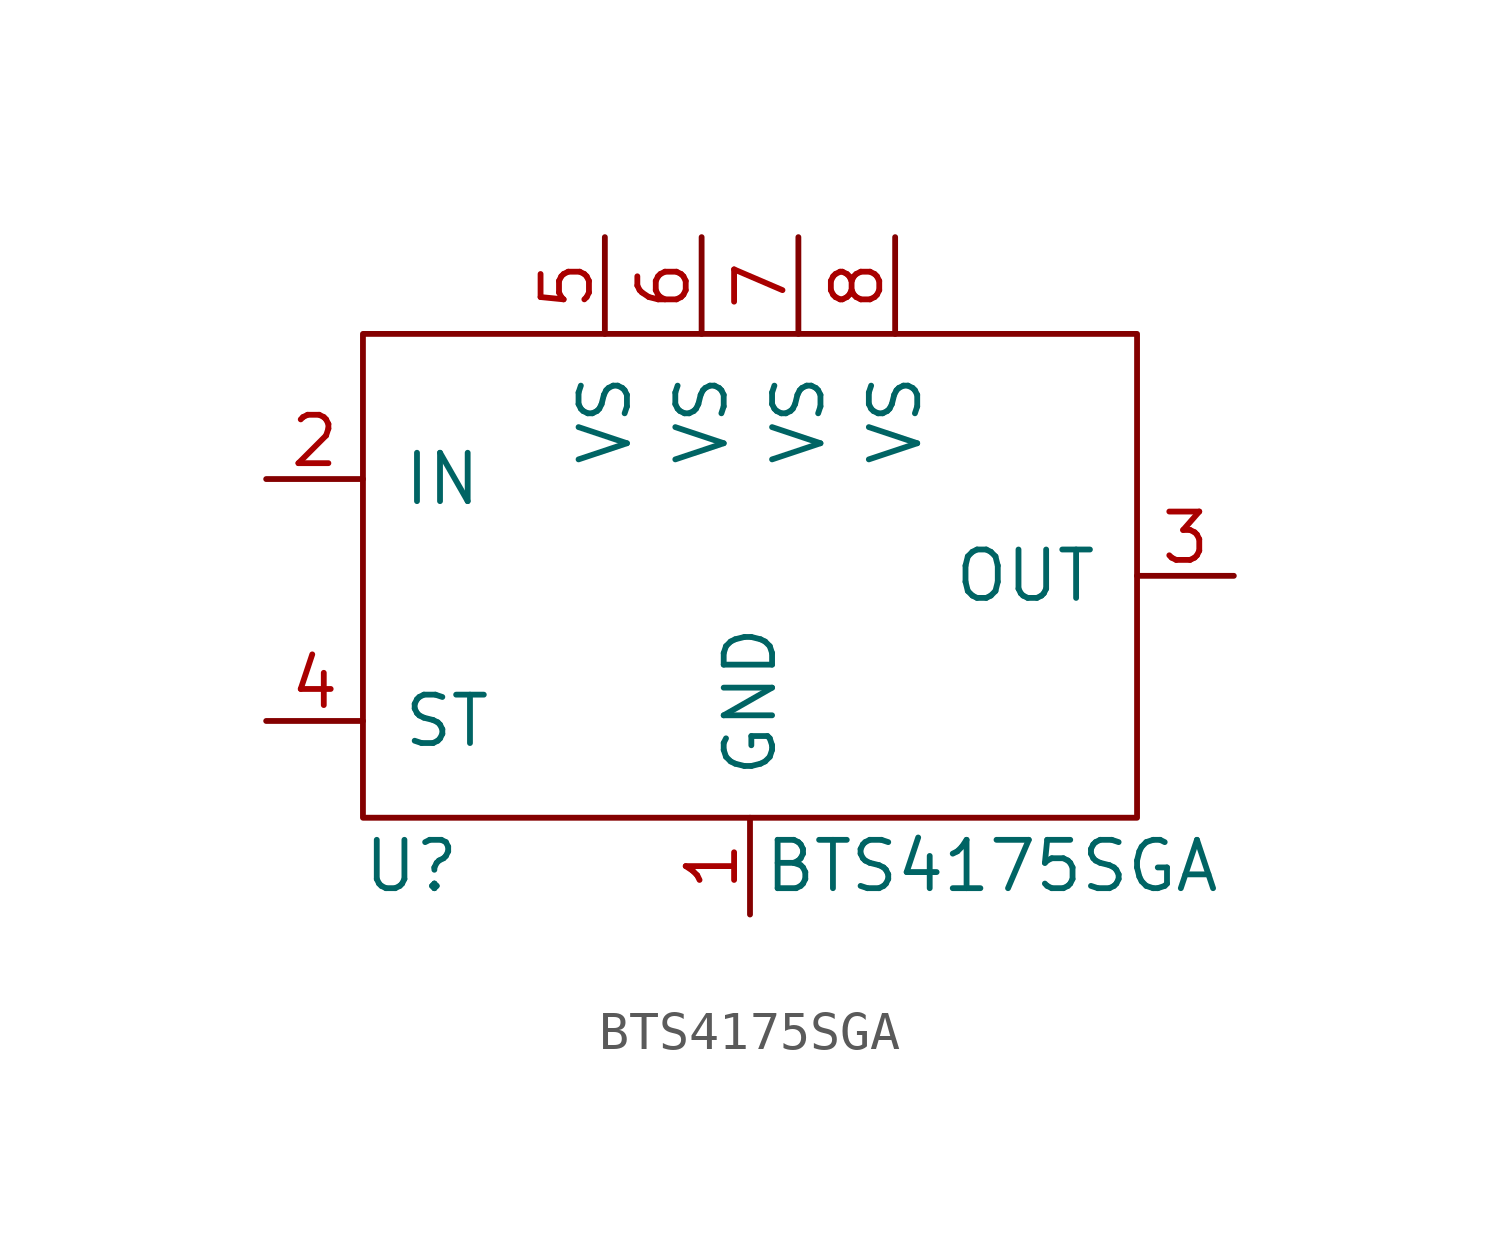
<source format=kicad_sym>
(kicad_symbol_lib
  (version 20241209)
  (generator "kicad_symbol_editor")
  (generator_version "9.0")
  (symbol "BTS4175SGA"
    (pin_names
      (offset 1.016))
    (property "Reference" "U"
      (at -6.35 -7.62 0)
      (effects (font (size 1.27 1.27))))
    (property "Value" "BTS4175SGA"
      (at 8.89 -7.62 0)
      (effects (font (size 1.27 1.27))))
    (symbol "BTS4175SGA_0_1"
      (polyline (pts (xy -7.62 6.35) (xy 12.7 6.35) (xy 12.7 -6.35) (xy -7.62 -6.35) (xy -7.62 6.35)) (stroke (width 0) (type solid)) (fill (type none))))
    (symbol "BTS4175SGA_1_1"
      (pin input line (at -10.16 2.54 0) (length 2.54) (name "IN" (effects (font (size 1.27 1.27)))) (number "2" (effects (font (size 1.27 1.27)))))
      (pin open_collector line (at -10.16 -3.81 0) (length 2.54) (name "ST" (effects (font (size 1.27 1.27)))) (number "4" (effects (font (size 1.27 1.27)))))
      (pin power_in line (at -1.27 8.89 270) (length 2.54) (name "VS" (effects (font (size 1.27 1.27)))) (number "5" (effects (font (size 1.27 1.27)))))
      (pin power_in line (at 1.27 8.89 270) (length 2.54) (name "VS" (effects (font (size 1.27 1.27)))) (number "6" (effects (font (size 1.27 1.27)))))
      (pin bidirectional line (at 2.54 -8.89 90) (length 2.54) (name "GND" (effects (font (size 1.27 1.27)))) (number "1" (effects (font (size 1.27 1.27)))))
      (pin power_in line (at 3.81 8.89 270) (length 2.54) (name "VS" (effects (font (size 1.27 1.27)))) (number "7" (effects (font (size 1.27 1.27)))))
      (pin power_in line (at 6.35 8.89 270) (length 2.54) (name "VS" (effects (font (size 1.27 1.27)))) (number "8" (effects (font (size 1.27 1.27)))))
      (pin power_out line (at 15.24 0 180) (length 2.54) (name "OUT" (effects (font (size 1.27 1.27)))) (number "3" (effects (font (size 1.27 1.27))))))))
</source>
